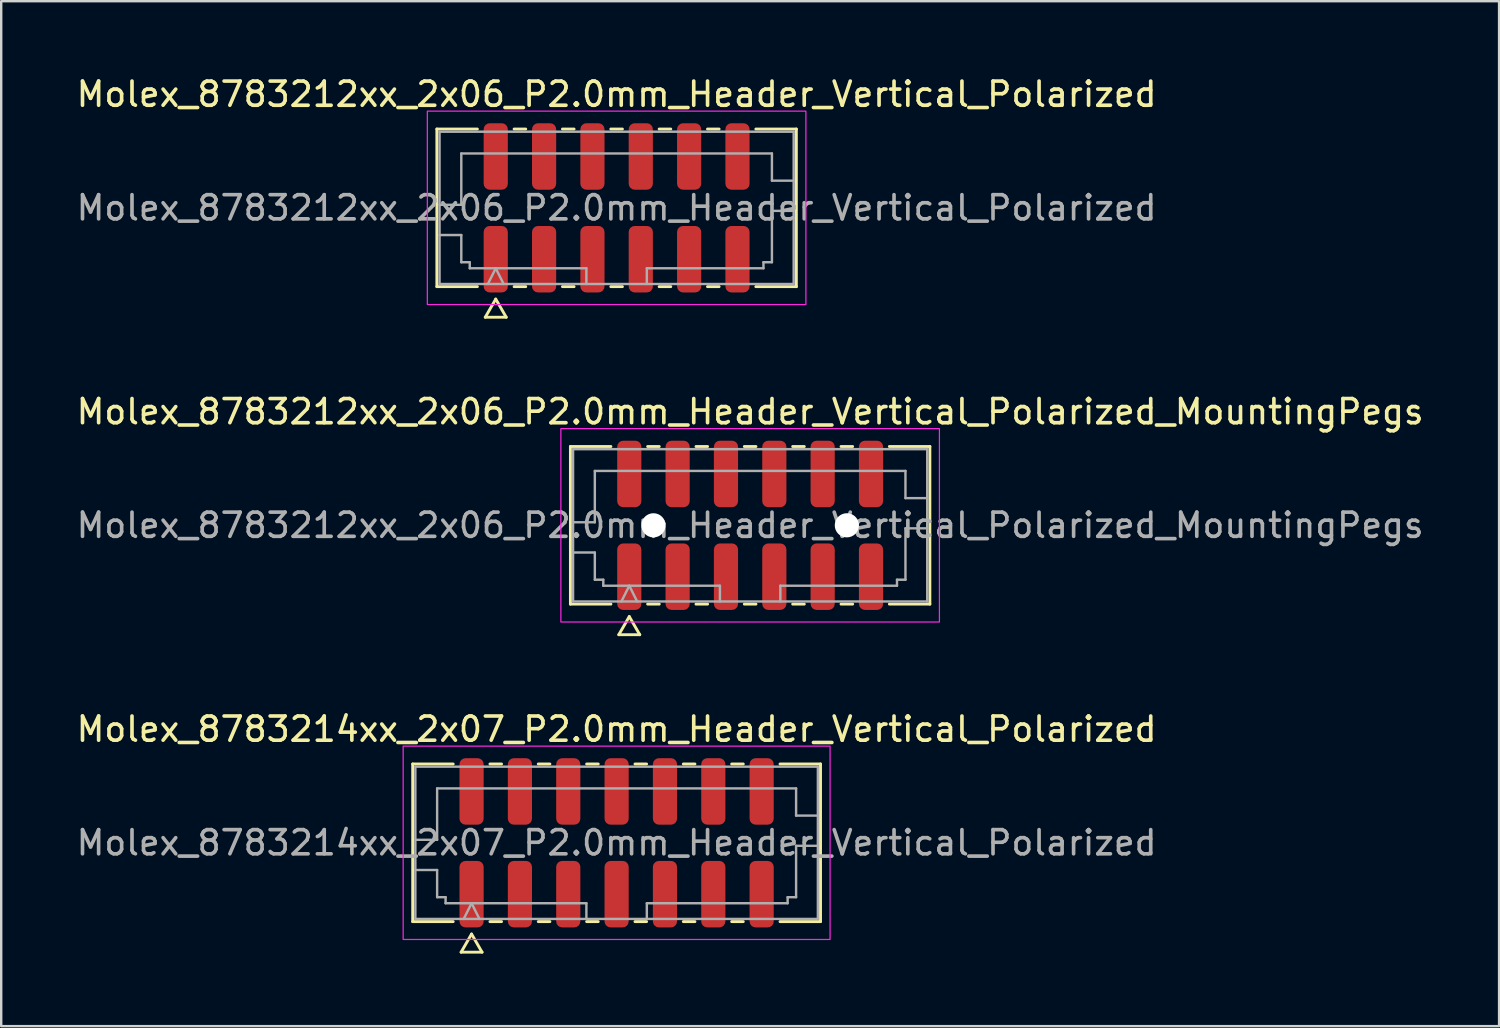
<source format=kicad_pcb>
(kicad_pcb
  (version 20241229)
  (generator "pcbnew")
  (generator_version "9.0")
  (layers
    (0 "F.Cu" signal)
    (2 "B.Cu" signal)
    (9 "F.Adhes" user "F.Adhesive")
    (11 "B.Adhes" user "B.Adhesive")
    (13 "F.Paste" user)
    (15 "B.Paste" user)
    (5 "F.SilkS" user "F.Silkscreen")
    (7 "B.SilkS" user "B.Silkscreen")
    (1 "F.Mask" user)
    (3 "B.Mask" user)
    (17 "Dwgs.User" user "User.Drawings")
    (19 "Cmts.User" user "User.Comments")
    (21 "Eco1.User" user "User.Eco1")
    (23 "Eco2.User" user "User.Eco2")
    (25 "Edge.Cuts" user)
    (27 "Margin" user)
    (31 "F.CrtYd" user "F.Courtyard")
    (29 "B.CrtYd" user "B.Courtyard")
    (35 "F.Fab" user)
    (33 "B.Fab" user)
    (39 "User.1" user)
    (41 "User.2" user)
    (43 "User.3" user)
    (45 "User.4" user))
  (footprint "Molex_8783214xx_2x07_P2.0mm_Header_Vertical_Polarized"
    (layer "F.Cu")
    (at 22.458 31.815)
    (property "Reference" "Molex_8783214xx_2x07_P2.0mm_Header_Vertical_Polarized" (at 0 -4.7 0) (layer "F.SilkS") (effects (font (size 1 1) (thickness 0.15))))
    (attr smd)
    (fp_line (start -8.435 -3.26) (end -6.76 -3.26) (stroke (width 0.12) (type solid)) (layer "F.SilkS"))
    (fp_line (start -8.435 3.26) (end -8.435 -3.26) (stroke (width 0.12) (type solid)) (layer "F.SilkS"))
    (fp_line (start -6.76 3.26) (end -8.435 3.26) (stroke (width 0.12) (type solid)) (layer "F.SilkS"))
    (fp_line (start -6.433 4.525) (end -6 3.775) (stroke (width 0.12) (type solid)) (layer "F.SilkS"))
    (fp_line (start -6 3.775) (end -5.567 4.525) (stroke (width 0.12) (type solid)) (layer "F.SilkS"))
    (fp_line (start -5.567 4.525) (end -6.433 4.525) (stroke (width 0.12) (type solid)) (layer "F.SilkS"))
    (fp_line (start -5.24 -3.26) (end -4.76 -3.26) (stroke (width 0.12) (type solid)) (layer "F.SilkS"))
    (fp_line (start -4.76 3.26) (end -5.24 3.26) (stroke (width 0.12) (type solid)) (layer "F.SilkS"))
    (fp_line (start -3.24 -3.26) (end -2.76 -3.26) (stroke (width 0.12) (type solid)) (layer "F.SilkS"))
    (fp_line (start -2.76 3.26) (end -3.24 3.26) (stroke (width 0.12) (type solid)) (layer "F.SilkS"))
    (fp_line (start -1.24 -3.26) (end -0.76 -3.26) (stroke (width 0.12) (type solid)) (layer "F.SilkS"))
    (fp_line (start -0.76 3.26) (end -1.24 3.26) (stroke (width 0.12) (type solid)) (layer "F.SilkS"))
    (fp_line (start 0.76 -3.26) (end 1.24 -3.26) (stroke (width 0.12) (type solid)) (layer "F.SilkS"))
    (fp_line (start 1.24 3.26) (end 0.76 3.26) (stroke (width 0.12) (type solid)) (layer "F.SilkS"))
    (fp_line (start 2.76 -3.26) (end 3.24 -3.26) (stroke (width 0.12) (type solid)) (layer "F.SilkS"))
    (fp_line (start 3.24 3.26) (end 2.76 3.26) (stroke (width 0.12) (type solid)) (layer "F.SilkS"))
    (fp_line (start 4.76 -3.26) (end 5.24 -3.26) (stroke (width 0.12) (type solid)) (layer "F.SilkS"))
    (fp_line (start 5.24 3.26) (end 4.76 3.26) (stroke (width 0.12) (type solid)) (layer "F.SilkS"))
    (fp_line (start 6.76 -3.26) (end 8.435 -3.26) (stroke (width 0.12) (type solid)) (layer "F.SilkS"))
    (fp_line (start 8.435 -3.26) (end 8.435 3.26) (stroke (width 0.12) (type solid)) (layer "F.SilkS"))
    (fp_line (start 8.435 3.26) (end 6.76 3.26) (stroke (width 0.12) (type solid)) (layer "F.SilkS"))
    (fp_rect (start -8.83 -4) (end 8.83 4) (stroke (width 0.05) (type solid)) (fill no) (layer "F.CrtYd"))
    (fp_line (start -8.325 -3.15) (end 8.325 -3.15) (stroke (width 0.1) (type solid)) (layer "F.Fab"))
    (fp_line (start -8.325 -0.125) (end -7.425 -0.125) (stroke (width 0.1) (type solid)) (layer "F.Fab"))
    (fp_line (start -8.325 1.125) (end -7.425 1.125) (stroke (width 0.1) (type solid)) (layer "F.Fab"))
    (fp_line (start -8.325 3.15) (end -8.325 -3.15) (stroke (width 0.1) (type solid)) (layer "F.Fab"))
    (fp_line (start -7.425 -2.25) (end 7.425 -2.25) (stroke (width 0.1) (type solid)) (layer "F.Fab"))
    (fp_line (start -7.425 -0.125) (end -7.425 -2.25) (stroke (width 0.1) (type solid)) (layer "F.Fab"))
    (fp_line (start -7.425 1.125) (end -7.425 2.25) (stroke (width 0.1) (type solid)) (layer "F.Fab"))
    (fp_line (start -7.425 2.25) (end -7.075 2.25) (stroke (width 0.1) (type solid)) (layer "F.Fab"))
    (fp_line (start -7.075 2.25) (end -7.075 2.5) (stroke (width 0.1) (type solid)) (layer "F.Fab"))
    (fp_line (start -7.075 2.5) (end -1.25 2.5) (stroke (width 0.1) (type solid)) (layer "F.Fab"))
    (fp_line (start -6.325 3.15) (end -6 2.5) (stroke (width 0.1) (type solid)) (layer "F.Fab"))
    (fp_line (start -6 2.5) (end -5.675 3.15) (stroke (width 0.1) (type solid)) (layer "F.Fab"))
    (fp_line (start -1.25 2.5) (end -1.25 3.15) (stroke (width 0.1) (type solid)) (layer "F.Fab"))
    (fp_line (start 1.25 2.5) (end 1.25 3.15) (stroke (width 0.1) (type solid)) (layer "F.Fab"))
    (fp_line (start 1.25 2.5) (end 7.075 2.5) (stroke (width 0.1) (type solid)) (layer "F.Fab"))
    (fp_line (start 7.075 2.25) (end 7.425 2.25) (stroke (width 0.1) (type solid)) (layer "F.Fab"))
    (fp_line (start 7.075 2.5) (end 7.075 2.25) (stroke (width 0.1) (type solid)) (layer "F.Fab"))
    (fp_line (start 7.425 -2.25) (end 7.425 -1.125) (stroke (width 0.1) (type solid)) (layer "F.Fab"))
    (fp_line (start 7.425 -1.125) (end 8.325 -1.125) (stroke (width 0.1) (type solid)) (layer "F.Fab"))
    (fp_line (start 7.425 0.125) (end 8.325 0.125) (stroke (width 0.1) (type solid)) (layer "F.Fab"))
    (fp_line (start 7.425 2.25) (end 7.425 0.125) (stroke (width 0.1) (type solid)) (layer "F.Fab"))
    (fp_line (start 8.325 -3.15) (end 8.325 3.15) (stroke (width 0.1) (type solid)) (layer "F.Fab"))
    (fp_line (start 8.325 3.15) (end -8.325 3.15) (stroke (width 0.1) (type solid)) (layer "F.Fab"))
    (fp_text user "${REFERENCE}" (at 0 0 0) (layer "F.Fab") (effects (font (size 1 1) (thickness 0.15))))
    (pad "1" smd roundrect (at -6 2.125) (size 1 2.75) (layers "F.Cu" "F.Mask" "F.Paste") (roundrect_rratio 0.25))
    (pad "2" smd roundrect (at -6 -2.125) (size 1 2.75) (layers "F.Cu" "F.Mask" "F.Paste") (roundrect_rratio 0.25))
    (pad "3" smd roundrect (at -4 2.125) (size 1 2.75) (layers "F.Cu" "F.Mask" "F.Paste") (roundrect_rratio 0.25))
    (pad "4" smd roundrect (at -4 -2.125) (size 1 2.75) (layers "F.Cu" "F.Mask" "F.Paste") (roundrect_rratio 0.25))
    (pad "5" smd roundrect (at -2 2.125) (size 1 2.75) (layers "F.Cu" "F.Mask" "F.Paste") (roundrect_rratio 0.25))
    (pad "6" smd roundrect (at -2 -2.125) (size 1 2.75) (layers "F.Cu" "F.Mask" "F.Paste") (roundrect_rratio 0.25))
    (pad "7" smd roundrect (at 0 2.125) (size 1 2.75) (layers "F.Cu" "F.Mask" "F.Paste") (roundrect_rratio 0.25))
    (pad "8" smd roundrect (at 0 -2.125) (size 1 2.75) (layers "F.Cu" "F.Mask" "F.Paste") (roundrect_rratio 0.25))
    (pad "9" smd roundrect (at 2 2.125) (size 1 2.75) (layers "F.Cu" "F.Mask" "F.Paste") (roundrect_rratio 0.25))
    (pad "10" smd roundrect (at 2 -2.125) (size 1 2.75) (layers "F.Cu" "F.Mask" "F.Paste") (roundrect_rratio 0.25))
    (pad "11" smd roundrect (at 4 2.125) (size 1 2.75) (layers "F.Cu" "F.Mask" "F.Paste") (roundrect_rratio 0.25))
    (pad "12" smd roundrect (at 4 -2.125) (size 1 2.75) (layers "F.Cu" "F.Mask" "F.Paste") (roundrect_rratio 0.25))
    (pad "13" smd roundrect (at 6 2.125) (size 1 2.75) (layers "F.Cu" "F.Mask" "F.Paste") (roundrect_rratio 0.25))
    (pad "14" smd roundrect (at 6 -2.125) (size 1 2.75) (layers "F.Cu" "F.Mask" "F.Paste") (roundrect_rratio 0.25)))
  (footprint "Molex_8783212xx_2x06_P2.0mm_Header_Vertical_Polarized"
    (layer "F.Cu")
    (at 22.458 5.548)
    (property "Reference" "Molex_8783212xx_2x06_P2.0mm_Header_Vertical_Polarized" (at 0 -4.7 0) (layer "F.SilkS") (effects (font (size 1 1) (thickness 0.15))))
    (attr smd)
    (fp_line (start -7.435 -3.26) (end -5.76 -3.26) (stroke (width 0.12) (type solid)) (layer "F.SilkS"))
    (fp_line (start -7.435 3.26) (end -7.435 -3.26) (stroke (width 0.12) (type solid)) (layer "F.SilkS"))
    (fp_line (start -5.76 3.26) (end -7.435 3.26) (stroke (width 0.12) (type solid)) (layer "F.SilkS"))
    (fp_line (start -5.433 4.525) (end -5 3.775) (stroke (width 0.12) (type solid)) (layer "F.SilkS"))
    (fp_line (start -5 3.775) (end -4.567 4.525) (stroke (width 0.12) (type solid)) (layer "F.SilkS"))
    (fp_line (start -4.567 4.525) (end -5.433 4.525) (stroke (width 0.12) (type solid)) (layer "F.SilkS"))
    (fp_line (start -4.24 -3.26) (end -3.76 -3.26) (stroke (width 0.12) (type solid)) (layer "F.SilkS"))
    (fp_line (start -3.76 3.26) (end -4.24 3.26) (stroke (width 0.12) (type solid)) (layer "F.SilkS"))
    (fp_line (start -2.24 -3.26) (end -1.76 -3.26) (stroke (width 0.12) (type solid)) (layer "F.SilkS"))
    (fp_line (start -1.76 3.26) (end -2.24 3.26) (stroke (width 0.12) (type solid)) (layer "F.SilkS"))
    (fp_line (start -0.24 -3.26) (end 0.24 -3.26) (stroke (width 0.12) (type solid)) (layer "F.SilkS"))
    (fp_line (start 0.24 3.26) (end -0.24 3.26) (stroke (width 0.12) (type solid)) (layer "F.SilkS"))
    (fp_line (start 1.76 -3.26) (end 2.24 -3.26) (stroke (width 0.12) (type solid)) (layer "F.SilkS"))
    (fp_line (start 2.24 3.26) (end 1.76 3.26) (stroke (width 0.12) (type solid)) (layer "F.SilkS"))
    (fp_line (start 3.76 -3.26) (end 4.24 -3.26) (stroke (width 0.12) (type solid)) (layer "F.SilkS"))
    (fp_line (start 4.24 3.26) (end 3.76 3.26) (stroke (width 0.12) (type solid)) (layer "F.SilkS"))
    (fp_line (start 5.76 -3.26) (end 7.435 -3.26) (stroke (width 0.12) (type solid)) (layer "F.SilkS"))
    (fp_line (start 7.435 -3.26) (end 7.435 3.26) (stroke (width 0.12) (type solid)) (layer "F.SilkS"))
    (fp_line (start 7.435 3.26) (end 5.76 3.26) (stroke (width 0.12) (type solid)) (layer "F.SilkS"))
    (fp_rect (start -7.83 -4) (end 7.83 4) (stroke (width 0.05) (type solid)) (fill no) (layer "F.CrtYd"))
    (fp_line (start -7.325 -3.15) (end 7.325 -3.15) (stroke (width 0.1) (type solid)) (layer "F.Fab"))
    (fp_line (start -7.325 -0.125) (end -6.425 -0.125) (stroke (width 0.1) (type solid)) (layer "F.Fab"))
    (fp_line (start -7.325 1.125) (end -6.425 1.125) (stroke (width 0.1) (type solid)) (layer "F.Fab"))
    (fp_line (start -7.325 3.15) (end -7.325 -3.15) (stroke (width 0.1) (type solid)) (layer "F.Fab"))
    (fp_line (start -6.425 -2.25) (end 6.425 -2.25) (stroke (width 0.1) (type solid)) (layer "F.Fab"))
    (fp_line (start -6.425 -0.125) (end -6.425 -2.25) (stroke (width 0.1) (type solid)) (layer "F.Fab"))
    (fp_line (start -6.425 1.125) (end -6.425 2.25) (stroke (width 0.1) (type solid)) (layer "F.Fab"))
    (fp_line (start -6.425 2.25) (end -6.075 2.25) (stroke (width 0.1) (type solid)) (layer "F.Fab"))
    (fp_line (start -6.075 2.25) (end -6.075 2.5) (stroke (width 0.1) (type solid)) (layer "F.Fab"))
    (fp_line (start -6.075 2.5) (end -1.25 2.5) (stroke (width 0.1) (type solid)) (layer "F.Fab"))
    (fp_line (start -5.325 3.15) (end -5 2.5) (stroke (width 0.1) (type solid)) (layer "F.Fab"))
    (fp_line (start -5 2.5) (end -4.675 3.15) (stroke (width 0.1) (type solid)) (layer "F.Fab"))
    (fp_line (start -1.25 2.5) (end -1.25 3.15) (stroke (width 0.1) (type solid)) (layer "F.Fab"))
    (fp_line (start 1.25 2.5) (end 1.25 3.15) (stroke (width 0.1) (type solid)) (layer "F.Fab"))
    (fp_line (start 1.25 2.5) (end 6.075 2.5) (stroke (width 0.1) (type solid)) (layer "F.Fab"))
    (fp_line (start 6.075 2.25) (end 6.425 2.25) (stroke (width 0.1) (type solid)) (layer "F.Fab"))
    (fp_line (start 6.075 2.5) (end 6.075 2.25) (stroke (width 0.1) (type solid)) (layer "F.Fab"))
    (fp_line (start 6.425 -2.25) (end 6.425 -1.125) (stroke (width 0.1) (type solid)) (layer "F.Fab"))
    (fp_line (start 6.425 -1.125) (end 7.325 -1.125) (stroke (width 0.1) (type solid)) (layer "F.Fab"))
    (fp_line (start 6.425 0.125) (end 7.325 0.125) (stroke (width 0.1) (type solid)) (layer "F.Fab"))
    (fp_line (start 6.425 2.25) (end 6.425 0.125) (stroke (width 0.1) (type solid)) (layer "F.Fab"))
    (fp_line (start 7.325 -3.15) (end 7.325 3.15) (stroke (width 0.1) (type solid)) (layer "F.Fab"))
    (fp_line (start 7.325 3.15) (end -7.325 3.15) (stroke (width 0.1) (type solid)) (layer "F.Fab"))
    (fp_text user "${REFERENCE}" (at 0 0 0) (layer "F.Fab") (effects (font (size 1 1) (thickness 0.15))))
    (pad "1" smd roundrect (at -5 2.125) (size 1 2.75) (layers "F.Cu" "F.Mask" "F.Paste") (roundrect_rratio 0.25))
    (pad "2" smd roundrect (at -5 -2.125) (size 1 2.75) (layers "F.Cu" "F.Mask" "F.Paste") (roundrect_rratio 0.25))
    (pad "3" smd roundrect (at -3 2.125) (size 1 2.75) (layers "F.Cu" "F.Mask" "F.Paste") (roundrect_rratio 0.25))
    (pad "4" smd roundrect (at -3 -2.125) (size 1 2.75) (layers "F.Cu" "F.Mask" "F.Paste") (roundrect_rratio 0.25))
    (pad "5" smd roundrect (at -1 2.125) (size 1 2.75) (layers "F.Cu" "F.Mask" "F.Paste") (roundrect_rratio 0.25))
    (pad "6" smd roundrect (at -1 -2.125) (size 1 2.75) (layers "F.Cu" "F.Mask" "F.Paste") (roundrect_rratio 0.25))
    (pad "7" smd roundrect (at 1 2.125) (size 1 2.75) (layers "F.Cu" "F.Mask" "F.Paste") (roundrect_rratio 0.25))
    (pad "8" smd roundrect (at 1 -2.125) (size 1 2.75) (layers "F.Cu" "F.Mask" "F.Paste") (roundrect_rratio 0.25))
    (pad "9" smd roundrect (at 3 2.125) (size 1 2.75) (layers "F.Cu" "F.Mask" "F.Paste") (roundrect_rratio 0.25))
    (pad "10" smd roundrect (at 3 -2.125) (size 1 2.75) (layers "F.Cu" "F.Mask" "F.Paste") (roundrect_rratio 0.25))
    (pad "11" smd roundrect (at 5 2.125) (size 1 2.75) (layers "F.Cu" "F.Mask" "F.Paste") (roundrect_rratio 0.25))
    (pad "12" smd roundrect (at 5 -2.125) (size 1 2.75) (layers "F.Cu" "F.Mask" "F.Paste") (roundrect_rratio 0.25)))
  (footprint "Molex_8783212xx_2x06_P2.0mm_Header_Vertical_Polarized_MountingPegs"
    (layer "F.Cu")
    (at 27.982 18.681)
    (property "Reference" "Molex_8783212xx_2x06_P2.0mm_Header_Vertical_Polarized_MountingPegs" (at 0 -4.7 0) (layer "F.SilkS") (effects (font (size 1 1) (thickness 0.15))))
    (attr smd)
    (fp_line (start -7.435 -3.26) (end -5.76 -3.26) (stroke (width 0.12) (type solid)) (layer "F.SilkS"))
    (fp_line (start -7.435 3.26) (end -7.435 -3.26) (stroke (width 0.12) (type solid)) (layer "F.SilkS"))
    (fp_line (start -5.76 3.26) (end -7.435 3.26) (stroke (width 0.12) (type solid)) (layer "F.SilkS"))
    (fp_line (start -5.433 4.525) (end -5 3.775) (stroke (width 0.12) (type solid)) (layer "F.SilkS"))
    (fp_line (start -5 3.775) (end -4.567 4.525) (stroke (width 0.12) (type solid)) (layer "F.SilkS"))
    (fp_line (start -4.567 4.525) (end -5.433 4.525) (stroke (width 0.12) (type solid)) (layer "F.SilkS"))
    (fp_line (start -4.24 -3.26) (end -3.76 -3.26) (stroke (width 0.12) (type solid)) (layer "F.SilkS"))
    (fp_line (start -3.76 3.26) (end -4.24 3.26) (stroke (width 0.12) (type solid)) (layer "F.SilkS"))
    (fp_line (start -2.24 -3.26) (end -1.76 -3.26) (stroke (width 0.12) (type solid)) (layer "F.SilkS"))
    (fp_line (start -1.76 3.26) (end -2.24 3.26) (stroke (width 0.12) (type solid)) (layer "F.SilkS"))
    (fp_line (start -0.24 -3.26) (end 0.24 -3.26) (stroke (width 0.12) (type solid)) (layer "F.SilkS"))
    (fp_line (start 0.24 3.26) (end -0.24 3.26) (stroke (width 0.12) (type solid)) (layer "F.SilkS"))
    (fp_line (start 1.76 -3.26) (end 2.24 -3.26) (stroke (width 0.12) (type solid)) (layer "F.SilkS"))
    (fp_line (start 2.24 3.26) (end 1.76 3.26) (stroke (width 0.12) (type solid)) (layer "F.SilkS"))
    (fp_line (start 3.76 -3.26) (end 4.24 -3.26) (stroke (width 0.12) (type solid)) (layer "F.SilkS"))
    (fp_line (start 4.24 3.26) (end 3.76 3.26) (stroke (width 0.12) (type solid)) (layer "F.SilkS"))
    (fp_line (start 5.76 -3.26) (end 7.435 -3.26) (stroke (width 0.12) (type solid)) (layer "F.SilkS"))
    (fp_line (start 7.435 -3.26) (end 7.435 3.26) (stroke (width 0.12) (type solid)) (layer "F.SilkS"))
    (fp_line (start 7.435 3.26) (end 5.76 3.26) (stroke (width 0.12) (type solid)) (layer "F.SilkS"))
    (fp_rect (start -7.83 -4) (end 7.83 4) (stroke (width 0.05) (type solid)) (fill no) (layer "F.CrtYd"))
    (fp_line (start -7.325 -3.15) (end 7.325 -3.15) (stroke (width 0.1) (type solid)) (layer "F.Fab"))
    (fp_line (start -7.325 -0.125) (end -6.425 -0.125) (stroke (width 0.1) (type solid)) (layer "F.Fab"))
    (fp_line (start -7.325 1.125) (end -6.425 1.125) (stroke (width 0.1) (type solid)) (layer "F.Fab"))
    (fp_line (start -7.325 3.15) (end -7.325 -3.15) (stroke (width 0.1) (type solid)) (layer "F.Fab"))
    (fp_line (start -6.425 -2.25) (end 6.425 -2.25) (stroke (width 0.1) (type solid)) (layer "F.Fab"))
    (fp_line (start -6.425 -0.125) (end -6.425 -2.25) (stroke (width 0.1) (type solid)) (layer "F.Fab"))
    (fp_line (start -6.425 1.125) (end -6.425 2.25) (stroke (width 0.1) (type solid)) (layer "F.Fab"))
    (fp_line (start -6.425 2.25) (end -6.075 2.25) (stroke (width 0.1) (type solid)) (layer "F.Fab"))
    (fp_line (start -6.075 2.25) (end -6.075 2.5) (stroke (width 0.1) (type solid)) (layer "F.Fab"))
    (fp_line (start -6.075 2.5) (end -1.25 2.5) (stroke (width 0.1) (type solid)) (layer "F.Fab"))
    (fp_line (start -5.325 3.15) (end -5 2.5) (stroke (width 0.1) (type solid)) (layer "F.Fab"))
    (fp_line (start -5 2.5) (end -4.675 3.15) (stroke (width 0.1) (type solid)) (layer "F.Fab"))
    (fp_line (start -1.25 2.5) (end -1.25 3.15) (stroke (width 0.1) (type solid)) (layer "F.Fab"))
    (fp_line (start 1.25 2.5) (end 1.25 3.15) (stroke (width 0.1) (type solid)) (layer "F.Fab"))
    (fp_line (start 1.25 2.5) (end 6.075 2.5) (stroke (width 0.1) (type solid)) (layer "F.Fab"))
    (fp_line (start 6.075 2.25) (end 6.425 2.25) (stroke (width 0.1) (type solid)) (layer "F.Fab"))
    (fp_line (start 6.075 2.5) (end 6.075 2.25) (stroke (width 0.1) (type solid)) (layer "F.Fab"))
    (fp_line (start 6.425 -2.25) (end 6.425 -1.125) (stroke (width 0.1) (type solid)) (layer "F.Fab"))
    (fp_line (start 6.425 -1.125) (end 7.325 -1.125) (stroke (width 0.1) (type solid)) (layer "F.Fab"))
    (fp_line (start 6.425 0.125) (end 7.325 0.125) (stroke (width 0.1) (type solid)) (layer "F.Fab"))
    (fp_line (start 6.425 2.25) (end 6.425 0.125) (stroke (width 0.1) (type solid)) (layer "F.Fab"))
    (fp_line (start 7.325 -3.15) (end 7.325 3.15) (stroke (width 0.1) (type solid)) (layer "F.Fab"))
    (fp_line (start 7.325 3.15) (end -7.325 3.15) (stroke (width 0.1) (type solid)) (layer "F.Fab"))
    (fp_text user "${REFERENCE}" (at 0 0 0) (layer "F.Fab") (effects (font (size 1 1) (thickness 0.15))))
    (pad "" np_thru_hole circle (at -4 0) (size 1 1) (drill 1) (layers "*.Cu" "*.Mask"))
    (pad "" np_thru_hole circle (at 4 0) (size 1 1) (drill 1) (layers "*.Cu" "*.Mask"))
    (pad "1" smd roundrect (at -5 2.125) (size 1 2.75) (layers "F.Cu" "F.Mask" "F.Paste") (roundrect_rratio 0.25))
    (pad "2" smd roundrect (at -5 -2.125) (size 1 2.75) (layers "F.Cu" "F.Mask" "F.Paste") (roundrect_rratio 0.25))
    (pad "3" smd roundrect (at -3 2.125) (size 1 2.75) (layers "F.Cu" "F.Mask" "F.Paste") (roundrect_rratio 0.25))
    (pad "4" smd roundrect (at -3 -2.125) (size 1 2.75) (layers "F.Cu" "F.Mask" "F.Paste") (roundrect_rratio 0.25))
    (pad "5" smd roundrect (at -1 2.125) (size 1 2.75) (layers "F.Cu" "F.Mask" "F.Paste") (roundrect_rratio 0.25))
    (pad "6" smd roundrect (at -1 -2.125) (size 1 2.75) (layers "F.Cu" "F.Mask" "F.Paste") (roundrect_rratio 0.25))
    (pad "7" smd roundrect (at 1 2.125) (size 1 2.75) (layers "F.Cu" "F.Mask" "F.Paste") (roundrect_rratio 0.25))
    (pad "8" smd roundrect (at 1 -2.125) (size 1 2.75) (layers "F.Cu" "F.Mask" "F.Paste") (roundrect_rratio 0.25))
    (pad "9" smd roundrect (at 3 2.125) (size 1 2.75) (layers "F.Cu" "F.Mask" "F.Paste") (roundrect_rratio 0.25))
    (pad "10" smd roundrect (at 3 -2.125) (size 1 2.75) (layers "F.Cu" "F.Mask" "F.Paste") (roundrect_rratio 0.25))
    (pad "11" smd roundrect (at 5 2.125) (size 1 2.75) (layers "F.Cu" "F.Mask" "F.Paste") (roundrect_rratio 0.25))
    (pad "12" smd roundrect (at 5 -2.125) (size 1 2.75) (layers "F.Cu" "F.Mask" "F.Paste") (roundrect_rratio 0.25)))
  (gr_rect
    (start -3 -3)
    (end 58.964 39.4)
    (stroke (width 0.1) (type default))
    (fill no)
    (layer "Edge.Cuts")))
</source>
